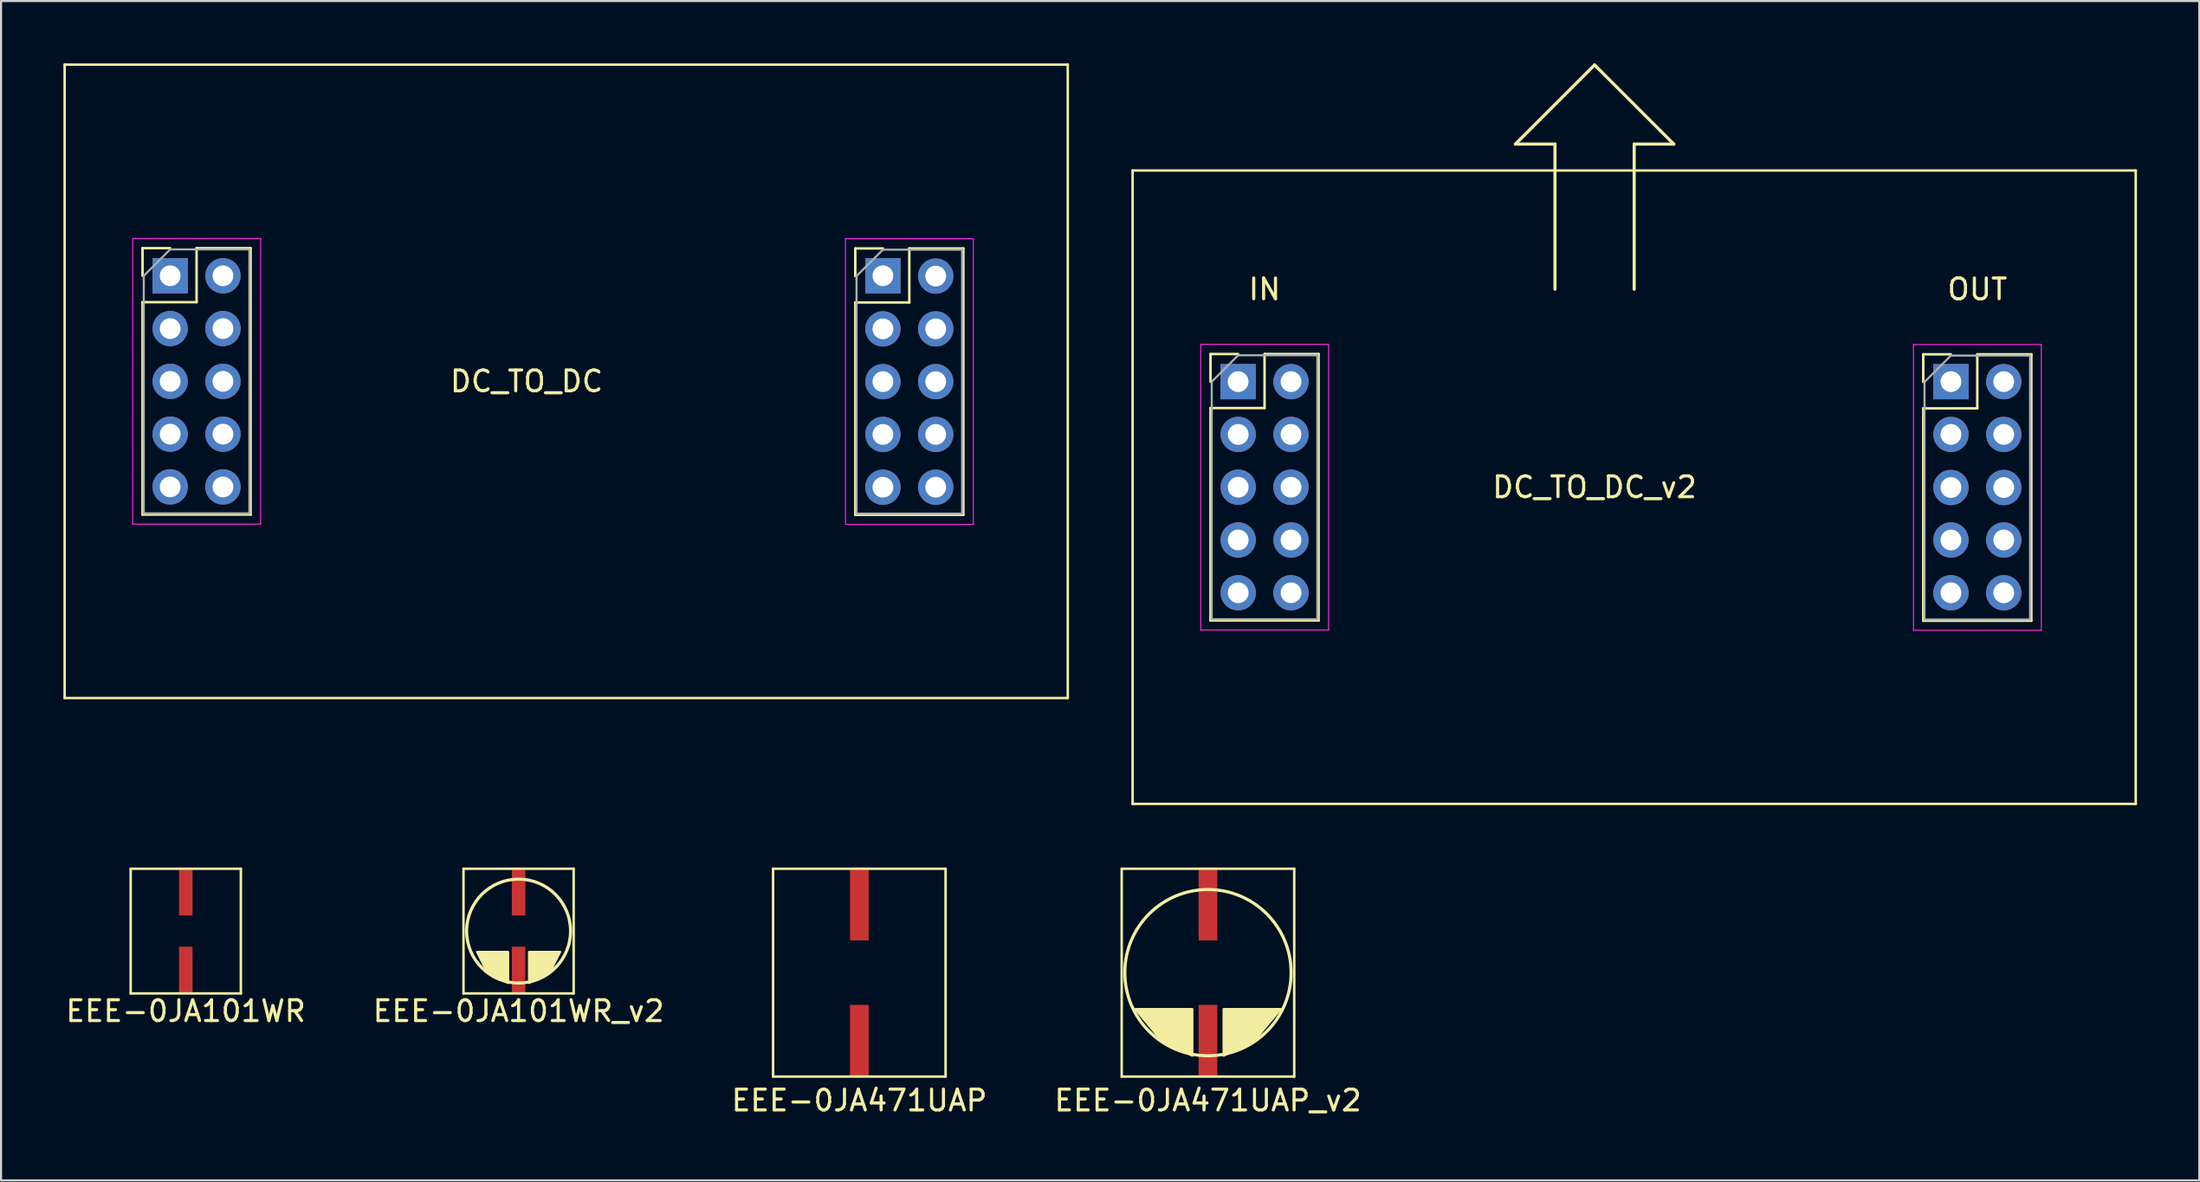
<source format=kicad_pcb>
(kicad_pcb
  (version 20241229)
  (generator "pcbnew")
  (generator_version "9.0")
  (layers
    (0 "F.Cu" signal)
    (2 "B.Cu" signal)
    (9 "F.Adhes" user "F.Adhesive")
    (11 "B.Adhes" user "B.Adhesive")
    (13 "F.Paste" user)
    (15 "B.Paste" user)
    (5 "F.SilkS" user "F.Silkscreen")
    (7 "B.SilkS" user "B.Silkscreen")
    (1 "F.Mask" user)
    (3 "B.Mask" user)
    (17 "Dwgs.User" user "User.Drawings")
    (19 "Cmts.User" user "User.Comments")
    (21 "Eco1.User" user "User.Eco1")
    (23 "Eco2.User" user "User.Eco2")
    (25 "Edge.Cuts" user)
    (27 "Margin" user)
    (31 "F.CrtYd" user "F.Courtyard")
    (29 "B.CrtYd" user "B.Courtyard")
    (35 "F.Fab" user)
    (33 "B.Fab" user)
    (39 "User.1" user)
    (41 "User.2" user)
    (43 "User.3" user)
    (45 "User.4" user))
  (footprint "EEE-0JA101WR"
    (layer "F.Cu")
    (at 5.887 41.755)
    (property "Reference" "EEE-0JA101WR" (at 0 3.85 0) (layer "F.SilkS") (effects (font (size 1 1) (thickness 0.15))))
    (attr through_hole)
    (fp_line (start -2.65 -3) (end 2.65 -3) (stroke (width 0.12) (type solid)) (layer "F.SilkS"))
    (fp_line (start -2.65 3) (end -2.65 -3) (stroke (width 0.12) (type solid)) (layer "F.SilkS"))
    (fp_line (start 2.65 -3) (end 2.65 3) (stroke (width 0.12) (type solid)) (layer "F.SilkS"))
    (fp_line (start 2.65 3) (end -2.65 3) (stroke (width 0.12) (type solid)) (layer "F.SilkS"))
    (pad "1" smd rect (at 0 -1.85) (size 0.65 2.2) (layers "F.Cu" "F.Mask" "F.Paste"))
    (pad "2" smd rect (at 0 1.85) (size 0.65 2.2) (layers "F.Cu" "F.Mask" "F.Paste")))
  (footprint "EEE-0JA101WR_v2"
    (layer "F.Cu")
    (at 21.899 41.755)
    (property "Reference" "EEE-0JA101WR_v2" (at 0 3.85 0) (layer "F.SilkS") (effects (font (size 1 1) (thickness 0.15))))
    (attr through_hole)
    (fp_line (start -2.65 -3) (end 2.65 -3) (stroke (width 0.12) (type solid)) (layer "F.SilkS"))
    (fp_line (start -2.65 3) (end -2.65 -3) (stroke (width 0.12) (type solid)) (layer "F.SilkS"))
    (fp_line (start 2.65 -3) (end 2.65 3) (stroke (width 0.12) (type solid)) (layer "F.SilkS"))
    (fp_line (start 2.65 3) (end -2.65 3) (stroke (width 0.12) (type solid)) (layer "F.SilkS"))
    (fp_circle (center 0 0) (end 2.5 0) (stroke (width 0.15) (type solid)) (fill no) (layer "F.SilkS"))
    (fp_poly (pts (xy -0.5 2.5) (xy -1.5 2) (xy -2 1) (xy -0.5 1)) (stroke (width 0.1) (type solid)) (fill yes) (layer "F.SilkS"))
    (fp_poly (pts (xy 1.5 2) (xy 0.5 2.5) (xy 0.5 1) (xy 2 1)) (stroke (width 0.1) (type solid)) (fill yes) (layer "F.SilkS"))
    (pad "1" smd rect (at 0 -1.85) (size 0.65 2.2) (layers "F.Cu" "F.Mask" "F.Paste"))
    (pad "2" smd rect (at 0 1.85) (size 0.65 2.2) (layers "F.Cu" "F.Mask" "F.Paste")))
  (footprint "EEE-0JA471UAP"
    (layer "F.Cu")
    (at 38.292 43.755)
    (property "Reference" "EEE-0JA471UAP" (at 0 6.15 0) (layer "F.SilkS") (effects (font (size 1 1) (thickness 0.15))))
    (attr through_hole)
    (fp_line (start -4.15 -5) (end 4.15 -5) (stroke (width 0.12) (type solid)) (layer "F.SilkS"))
    (fp_line (start -4.15 5) (end -4.15 -5) (stroke (width 0.12) (type solid)) (layer "F.SilkS"))
    (fp_line (start 4.15 -5) (end 4.15 5) (stroke (width 0.12) (type solid)) (layer "F.SilkS"))
    (fp_line (start 4.15 5) (end -4.15 5) (stroke (width 0.12) (type solid)) (layer "F.SilkS"))
    (pad "1" smd rect (at 0 -3.25) (size 0.9 3.4) (layers "F.Cu" "F.Mask" "F.Paste"))
    (pad "2" smd rect (at 0 3.25) (size 0.9 3.4) (layers "F.Cu" "F.Mask" "F.Paste")))
  (footprint "DC_TO_DC"
    (layer "F.Cu")
    (at 22.285 15.3)
    (property "Reference" "DC_TO_DC" (at 0 0 0) (layer "F.SilkS") (effects (font (size 1 1) (thickness 0.15))))
    (attr through_hole)
    (fp_line (start -22.225 -15.24) (end 26.035 -15.24) (stroke (width 0.12) (type solid)) (layer "F.SilkS"))
    (fp_line (start -22.225 15.24) (end -22.225 -15.24) (stroke (width 0.12) (type solid)) (layer "F.SilkS"))
    (fp_line (start -18.478 -6.408) (end -17.148 -6.408) (stroke (width 0.12) (type solid)) (layer "F.SilkS"))
    (fp_line (start -18.478 -5.078) (end -18.478 -6.408) (stroke (width 0.12) (type solid)) (layer "F.SilkS"))
    (fp_line (start -18.478 -3.808) (end -18.478 6.412) (stroke (width 0.12) (type solid)) (layer "F.SilkS"))
    (fp_line (start -18.478 -3.808) (end -15.878 -3.808) (stroke (width 0.12) (type solid)) (layer "F.SilkS"))
    (fp_line (start -18.478 6.412) (end -13.278 6.412) (stroke (width 0.12) (type solid)) (layer "F.SilkS"))
    (fp_line (start -15.878 -6.408) (end -13.278 -6.408) (stroke (width 0.12) (type solid)) (layer "F.SilkS"))
    (fp_line (start -15.878 -3.808) (end -15.878 -6.408) (stroke (width 0.12) (type solid)) (layer "F.SilkS"))
    (fp_line (start -13.278 -6.408) (end -13.278 6.412) (stroke (width 0.12) (type solid)) (layer "F.SilkS"))
    (fp_line (start 15.812 -6.395) (end 17.142 -6.395) (stroke (width 0.12) (type solid)) (layer "F.SilkS"))
    (fp_line (start 15.812 -5.065) (end 15.812 -6.395) (stroke (width 0.12) (type solid)) (layer "F.SilkS"))
    (fp_line (start 15.812 -3.795) (end 15.812 6.425) (stroke (width 0.12) (type solid)) (layer "F.SilkS"))
    (fp_line (start 15.812 -3.795) (end 18.412 -3.795) (stroke (width 0.12) (type solid)) (layer "F.SilkS"))
    (fp_line (start 15.812 6.425) (end 21.012 6.425) (stroke (width 0.12) (type solid)) (layer "F.SilkS"))
    (fp_line (start 18.412 -6.395) (end 21.012 -6.395) (stroke (width 0.12) (type solid)) (layer "F.SilkS"))
    (fp_line (start 18.412 -3.795) (end 18.412 -6.395) (stroke (width 0.12) (type solid)) (layer "F.SilkS"))
    (fp_line (start 21.012 -6.395) (end 21.012 6.425) (stroke (width 0.12) (type solid)) (layer "F.SilkS"))
    (fp_line (start 26.035 -15.24) (end 26.035 15.24) (stroke (width 0.12) (type solid)) (layer "F.SilkS"))
    (fp_line (start 26.035 15.24) (end -22.225 15.24) (stroke (width 0.12) (type solid)) (layer "F.SilkS"))
    (fp_line (start -18.948 -6.878) (end -18.948 6.872) (stroke (width 0.05) (type solid)) (layer "F.CrtYd"))
    (fp_line (start -18.948 6.872) (end -12.798 6.872) (stroke (width 0.05) (type solid)) (layer "F.CrtYd"))
    (fp_line (start -12.798 -6.878) (end -18.948 -6.878) (stroke (width 0.05) (type solid)) (layer "F.CrtYd"))
    (fp_line (start -12.798 6.872) (end -12.798 -6.878) (stroke (width 0.05) (type solid)) (layer "F.CrtYd"))
    (fp_line (start 15.342 -6.865) (end 15.342 6.885) (stroke (width 0.05) (type solid)) (layer "F.CrtYd"))
    (fp_line (start 15.342 6.885) (end 21.492 6.885) (stroke (width 0.05) (type solid)) (layer "F.CrtYd"))
    (fp_line (start 21.492 -6.865) (end 15.342 -6.865) (stroke (width 0.05) (type solid)) (layer "F.CrtYd"))
    (fp_line (start 21.492 6.885) (end 21.492 -6.865) (stroke (width 0.05) (type solid)) (layer "F.CrtYd"))
    (fp_line (start -18.418 -5.078) (end -17.148 -6.348) (stroke (width 0.1) (type solid)) (layer "F.Fab"))
    (fp_line (start -18.418 6.352) (end -18.418 -5.078) (stroke (width 0.1) (type solid)) (layer "F.Fab"))
    (fp_line (start -17.148 -6.348) (end -13.338 -6.348) (stroke (width 0.1) (type solid)) (layer "F.Fab"))
    (fp_line (start -13.338 -6.348) (end -13.338 6.352) (stroke (width 0.1) (type solid)) (layer "F.Fab"))
    (fp_line (start -13.338 6.352) (end -18.418 6.352) (stroke (width 0.1) (type solid)) (layer "F.Fab"))
    (fp_line (start 15.872 -5.065) (end 17.142 -6.335) (stroke (width 0.1) (type solid)) (layer "F.Fab"))
    (fp_line (start 15.872 6.365) (end 15.872 -5.065) (stroke (width 0.1) (type solid)) (layer "F.Fab"))
    (fp_line (start 17.142 -6.335) (end 20.952 -6.335) (stroke (width 0.1) (type solid)) (layer "F.Fab"))
    (fp_line (start 20.952 -6.335) (end 20.952 6.365) (stroke (width 0.1) (type solid)) (layer "F.Fab"))
    (fp_line (start 20.952 6.365) (end 15.872 6.365) (stroke (width 0.1) (type solid)) (layer "F.Fab"))
    (pad "A1" thru_hole rect (at -17.148 -5.08) (size 1.7 1.7) (drill 1) (layers "*.Cu" "*.Mask"))
    (pad "A2" thru_hole oval (at -14.608 -5.078) (size 1.7 1.7) (drill 1) (layers "*.Cu" "*.Mask"))
    (pad "A3" thru_hole oval (at -17.148 -2.538) (size 1.7 1.7) (drill 1) (layers "*.Cu" "*.Mask"))
    (pad "A4" thru_hole oval (at -14.608 -2.538) (size 1.7 1.7) (drill 1) (layers "*.Cu" "*.Mask"))
    (pad "A5" thru_hole oval (at -17.148 0.002) (size 1.7 1.7) (drill 1) (layers "*.Cu" "*.Mask"))
    (pad "A6" thru_hole oval (at -14.608 0.002) (size 1.7 1.7) (drill 1) (layers "*.Cu" "*.Mask"))
    (pad "A7" thru_hole oval (at -17.148 2.542) (size 1.7 1.7) (drill 1) (layers "*.Cu" "*.Mask"))
    (pad "A8" thru_hole oval (at -14.608 2.542) (size 1.7 1.7) (drill 1) (layers "*.Cu" "*.Mask"))
    (pad "A9" thru_hole oval (at -17.148 5.08) (size 1.7 1.7) (drill 1) (layers "*.Cu" "*.Mask"))
    (pad "A10" thru_hole oval (at -14.608 5.082) (size 1.7 1.7) (drill 1) (layers "*.Cu" "*.Mask"))
    (pad "B1" thru_hole rect (at 17.142 -5.08) (size 1.7 1.7) (drill 1) (layers "*.Cu" "*.Mask"))
    (pad "B2" thru_hole oval (at 19.682 -5.065) (size 1.7 1.7) (drill 1) (layers "*.Cu" "*.Mask"))
    (pad "B3" thru_hole oval (at 17.142 -2.525) (size 1.7 1.7) (drill 1) (layers "*.Cu" "*.Mask"))
    (pad "B4" thru_hole oval (at 19.682 -2.525) (size 1.7 1.7) (drill 1) (layers "*.Cu" "*.Mask"))
    (pad "B5" thru_hole oval (at 17.142 0.015) (size 1.7 1.7) (drill 1) (layers "*.Cu" "*.Mask"))
    (pad "B6" thru_hole oval (at 19.682 0.015) (size 1.7 1.7) (drill 1) (layers "*.Cu" "*.Mask"))
    (pad "B7" thru_hole oval (at 17.142 2.555) (size 1.7 1.7) (drill 1) (layers "*.Cu" "*.Mask"))
    (pad "B8" thru_hole oval (at 19.682 2.555) (size 1.7 1.7) (drill 1) (layers "*.Cu" "*.Mask"))
    (pad "B9" thru_hole oval (at 17.142 5.095) (size 1.7 1.7) (drill 1) (layers "*.Cu" "*.Mask"))
    (pad "B10" thru_hole oval (at 19.682 5.095) (size 1.7 1.7) (drill 1) (layers "*.Cu" "*.Mask")))
  (footprint "DC_TO_DC_v2"
    (layer "F.Cu")
    (at 73.665 20.395)
    (property "Reference" "DC_TO_DC_v2" (at 0 0 0) (layer "F.SilkS") (effects (font (size 1 1) (thickness 0.15))))
    (attr through_hole)
    (fp_line (start -22.225 -15.24) (end 26.035 -15.24) (stroke (width 0.12) (type solid)) (layer "F.SilkS"))
    (fp_line (start -22.225 15.24) (end -22.225 -15.24) (stroke (width 0.12) (type solid)) (layer "F.SilkS"))
    (fp_line (start -18.478 -6.408) (end -17.148 -6.408) (stroke (width 0.12) (type solid)) (layer "F.SilkS"))
    (fp_line (start -18.478 -5.078) (end -18.478 -6.408) (stroke (width 0.12) (type solid)) (layer "F.SilkS"))
    (fp_line (start -18.478 -3.808) (end -18.478 6.412) (stroke (width 0.12) (type solid)) (layer "F.SilkS"))
    (fp_line (start -18.478 -3.808) (end -15.878 -3.808) (stroke (width 0.12) (type solid)) (layer "F.SilkS"))
    (fp_line (start -18.478 6.412) (end -13.278 6.412) (stroke (width 0.12) (type solid)) (layer "F.SilkS"))
    (fp_line (start -15.878 -6.408) (end -13.278 -6.408) (stroke (width 0.12) (type solid)) (layer "F.SilkS"))
    (fp_line (start -15.878 -3.808) (end -15.878 -6.408) (stroke (width 0.12) (type solid)) (layer "F.SilkS"))
    (fp_line (start -13.278 -6.408) (end -13.278 6.412) (stroke (width 0.12) (type solid)) (layer "F.SilkS"))
    (fp_line (start -3.81 -16.51) (end 0 -20.32) (stroke (width 0.15) (type solid)) (layer "F.SilkS"))
    (fp_line (start -1.905 -16.51) (end -3.81 -16.51) (stroke (width 0.15) (type solid)) (layer "F.SilkS"))
    (fp_line (start -1.905 -9.525) (end -1.905 -16.51) (stroke (width 0.15) (type solid)) (layer "F.SilkS"))
    (fp_line (start 0 -20.32) (end 3.175 -17.145) (stroke (width 0.15) (type solid)) (layer "F.SilkS"))
    (fp_line (start 1.905 -16.51) (end 1.905 -9.525) (stroke (width 0.15) (type solid)) (layer "F.SilkS"))
    (fp_line (start 3.175 -17.145) (end 3.81 -16.51) (stroke (width 0.15) (type solid)) (layer "F.SilkS"))
    (fp_line (start 3.81 -16.51) (end 1.905 -16.51) (stroke (width 0.15) (type solid)) (layer "F.SilkS"))
    (fp_line (start 15.812 -6.395) (end 17.142 -6.395) (stroke (width 0.12) (type solid)) (layer "F.SilkS"))
    (fp_line (start 15.812 -5.065) (end 15.812 -6.395) (stroke (width 0.12) (type solid)) (layer "F.SilkS"))
    (fp_line (start 15.812 -3.795) (end 15.812 6.425) (stroke (width 0.12) (type solid)) (layer "F.SilkS"))
    (fp_line (start 15.812 -3.795) (end 18.412 -3.795) (stroke (width 0.12) (type solid)) (layer "F.SilkS"))
    (fp_line (start 15.812 6.425) (end 21.012 6.425) (stroke (width 0.12) (type solid)) (layer "F.SilkS"))
    (fp_line (start 18.412 -6.395) (end 21.012 -6.395) (stroke (width 0.12) (type solid)) (layer "F.SilkS"))
    (fp_line (start 18.412 -3.795) (end 18.412 -6.395) (stroke (width 0.12) (type solid)) (layer "F.SilkS"))
    (fp_line (start 21.012 -6.395) (end 21.012 6.425) (stroke (width 0.12) (type solid)) (layer "F.SilkS"))
    (fp_line (start 26.035 -15.24) (end 26.035 15.24) (stroke (width 0.12) (type solid)) (layer "F.SilkS"))
    (fp_line (start 26.035 15.24) (end -22.225 15.24) (stroke (width 0.12) (type solid)) (layer "F.SilkS"))
    (fp_line (start -18.948 -6.878) (end -18.948 6.872) (stroke (width 0.05) (type solid)) (layer "F.CrtYd"))
    (fp_line (start -18.948 6.872) (end -12.798 6.872) (stroke (width 0.05) (type solid)) (layer "F.CrtYd"))
    (fp_line (start -12.798 -6.878) (end -18.948 -6.878) (stroke (width 0.05) (type solid)) (layer "F.CrtYd"))
    (fp_line (start -12.798 6.872) (end -12.798 -6.878) (stroke (width 0.05) (type solid)) (layer "F.CrtYd"))
    (fp_line (start 15.342 -6.865) (end 15.342 6.885) (stroke (width 0.05) (type solid)) (layer "F.CrtYd"))
    (fp_line (start 15.342 6.885) (end 21.492 6.885) (stroke (width 0.05) (type solid)) (layer "F.CrtYd"))
    (fp_line (start 21.492 -6.865) (end 15.342 -6.865) (stroke (width 0.05) (type solid)) (layer "F.CrtYd"))
    (fp_line (start 21.492 6.885) (end 21.492 -6.865) (stroke (width 0.05) (type solid)) (layer "F.CrtYd"))
    (fp_line (start -18.418 -5.078) (end -17.148 -6.348) (stroke (width 0.1) (type solid)) (layer "F.Fab"))
    (fp_line (start -18.418 6.352) (end -18.418 -5.078) (stroke (width 0.1) (type solid)) (layer "F.Fab"))
    (fp_line (start -17.148 -6.348) (end -13.338 -6.348) (stroke (width 0.1) (type solid)) (layer "F.Fab"))
    (fp_line (start -13.338 -6.348) (end -13.338 6.352) (stroke (width 0.1) (type solid)) (layer "F.Fab"))
    (fp_line (start -13.338 6.352) (end -18.418 6.352) (stroke (width 0.1) (type solid)) (layer "F.Fab"))
    (fp_line (start 15.872 -5.065) (end 17.142 -6.335) (stroke (width 0.1) (type solid)) (layer "F.Fab"))
    (fp_line (start 15.872 6.365) (end 15.872 -5.065) (stroke (width 0.1) (type solid)) (layer "F.Fab"))
    (fp_line (start 17.142 -6.335) (end 20.952 -6.335) (stroke (width 0.1) (type solid)) (layer "F.Fab"))
    (fp_line (start 20.952 -6.335) (end 20.952 6.365) (stroke (width 0.1) (type solid)) (layer "F.Fab"))
    (fp_line (start 20.952 6.365) (end 15.872 6.365) (stroke (width 0.1) (type solid)) (layer "F.Fab"))
    (fp_text user "OUT" (at 18.415 -9.525 0) (layer "F.SilkS") (effects (font (size 1 1) (thickness 0.15))))
    (fp_text user "IN" (at -15.875 -9.525 0) (layer "F.SilkS") (effects (font (size 1 1) (thickness 0.15))))
    (pad "A1" thru_hole rect (at -17.148 -5.08) (size 1.7 1.7) (drill 1) (layers "*.Cu" "*.Mask"))
    (pad "A2" thru_hole oval (at -14.605 -5.08) (size 1.7 1.7) (drill 1) (layers "*.Cu" "*.Mask"))
    (pad "A3" thru_hole oval (at -17.145 -2.54) (size 1.7 1.7) (drill 1) (layers "*.Cu" "*.Mask"))
    (pad "A4" thru_hole oval (at -14.605 -2.54) (size 1.7 1.7) (drill 1) (layers "*.Cu" "*.Mask"))
    (pad "A5" thru_hole oval (at -17.145 0) (size 1.7 1.7) (drill 1) (layers "*.Cu" "*.Mask"))
    (pad "A6" thru_hole oval (at -14.605 0) (size 1.7 1.7) (drill 1) (layers "*.Cu" "*.Mask"))
    (pad "A7" thru_hole oval (at -17.145 2.54) (size 1.7 1.7) (drill 1) (layers "*.Cu" "*.Mask"))
    (pad "A8" thru_hole oval (at -14.605 2.54) (size 1.7 1.7) (drill 1) (layers "*.Cu" "*.Mask"))
    (pad "A9" thru_hole oval (at -17.145 5.08) (size 1.7 1.7) (drill 1) (layers "*.Cu" "*.Mask"))
    (pad "A10" thru_hole oval (at -14.605 5.08) (size 1.7 1.7) (drill 1) (layers "*.Cu" "*.Mask"))
    (pad "B1" thru_hole rect (at 17.145 -5.08) (size 1.7 1.7) (drill 1) (layers "*.Cu" "*.Mask"))
    (pad "B2" thru_hole oval (at 19.685 -5.08) (size 1.7 1.7) (drill 1) (layers "*.Cu" "*.Mask"))
    (pad "B3" thru_hole oval (at 17.145 -2.54) (size 1.7 1.7) (drill 1) (layers "*.Cu" "*.Mask"))
    (pad "B4" thru_hole oval (at 19.685 -2.54) (size 1.7 1.7) (drill 1) (layers "*.Cu" "*.Mask"))
    (pad "B5" thru_hole oval (at 17.145 0.015) (size 1.7 1.7) (drill 1) (layers "*.Cu" "*.Mask"))
    (pad "B6" thru_hole oval (at 19.685 0.015) (size 1.7 1.7) (drill 1) (layers "*.Cu" "*.Mask"))
    (pad "B7" thru_hole oval (at 17.145 2.54) (size 1.7 1.7) (drill 1) (layers "*.Cu" "*.Mask"))
    (pad "B8" thru_hole oval (at 19.685 2.54) (size 1.7 1.7) (drill 1) (layers "*.Cu" "*.Mask"))
    (pad "B9" thru_hole oval (at 17.145 5.08) (size 1.7 1.7) (drill 1) (layers "*.Cu" "*.Mask"))
    (pad "B10" thru_hole oval (at 19.685 5.08) (size 1.7 1.7) (drill 1) (layers "*.Cu" "*.Mask")))
  (footprint "EEE-0JA471UAP_v2"
    (layer "F.Cu")
    (at 55.065 43.755)
    (property "Reference" "EEE-0JA471UAP_v2" (at 0 6.15 0) (layer "F.SilkS") (effects (font (size 1 1) (thickness 0.15))))
    (attr through_hole)
    (fp_line (start -4.15 -5) (end 4.15 -5) (stroke (width 0.12) (type solid)) (layer "F.SilkS"))
    (fp_line (start -4.15 5) (end -4.15 -5) (stroke (width 0.12) (type solid)) (layer "F.SilkS"))
    (fp_line (start 4.15 -5) (end 4.15 5) (stroke (width 0.12) (type solid)) (layer "F.SilkS"))
    (fp_line (start 4.15 5) (end -4.15 5) (stroke (width 0.12) (type solid)) (layer "F.SilkS"))
    (fp_circle (center 0 0) (end 4 0) (stroke (width 0.15) (type solid)) (fill no) (layer "F.SilkS"))
    (fp_poly (pts (xy -0.75 4) (xy -2.25 3.25) (xy -3.5 1.75) (xy -0.75 1.75)) (stroke (width 0.1) (type solid)) (fill yes) (layer "F.SilkS"))
    (fp_poly (pts (xy 2.25 3.25) (xy 0.75 4) (xy 0.75 1.75) (xy 3.5 1.75)) (stroke (width 0.1) (type solid)) (fill yes) (layer "F.SilkS"))
    (pad "1" smd rect (at 0 -3.25) (size 0.9 3.4) (layers "F.Cu" "F.Mask" "F.Paste"))
    (pad "2" smd rect (at 0 3.25) (size 0.9 3.4) (layers "F.Cu" "F.Mask" "F.Paste")))
  (gr_rect
    (start -3 -3)
    (end 102.76 53.753)
    (stroke (width 0.1) (type default))
    (fill no)
    (layer "Edge.Cuts")))
</source>
